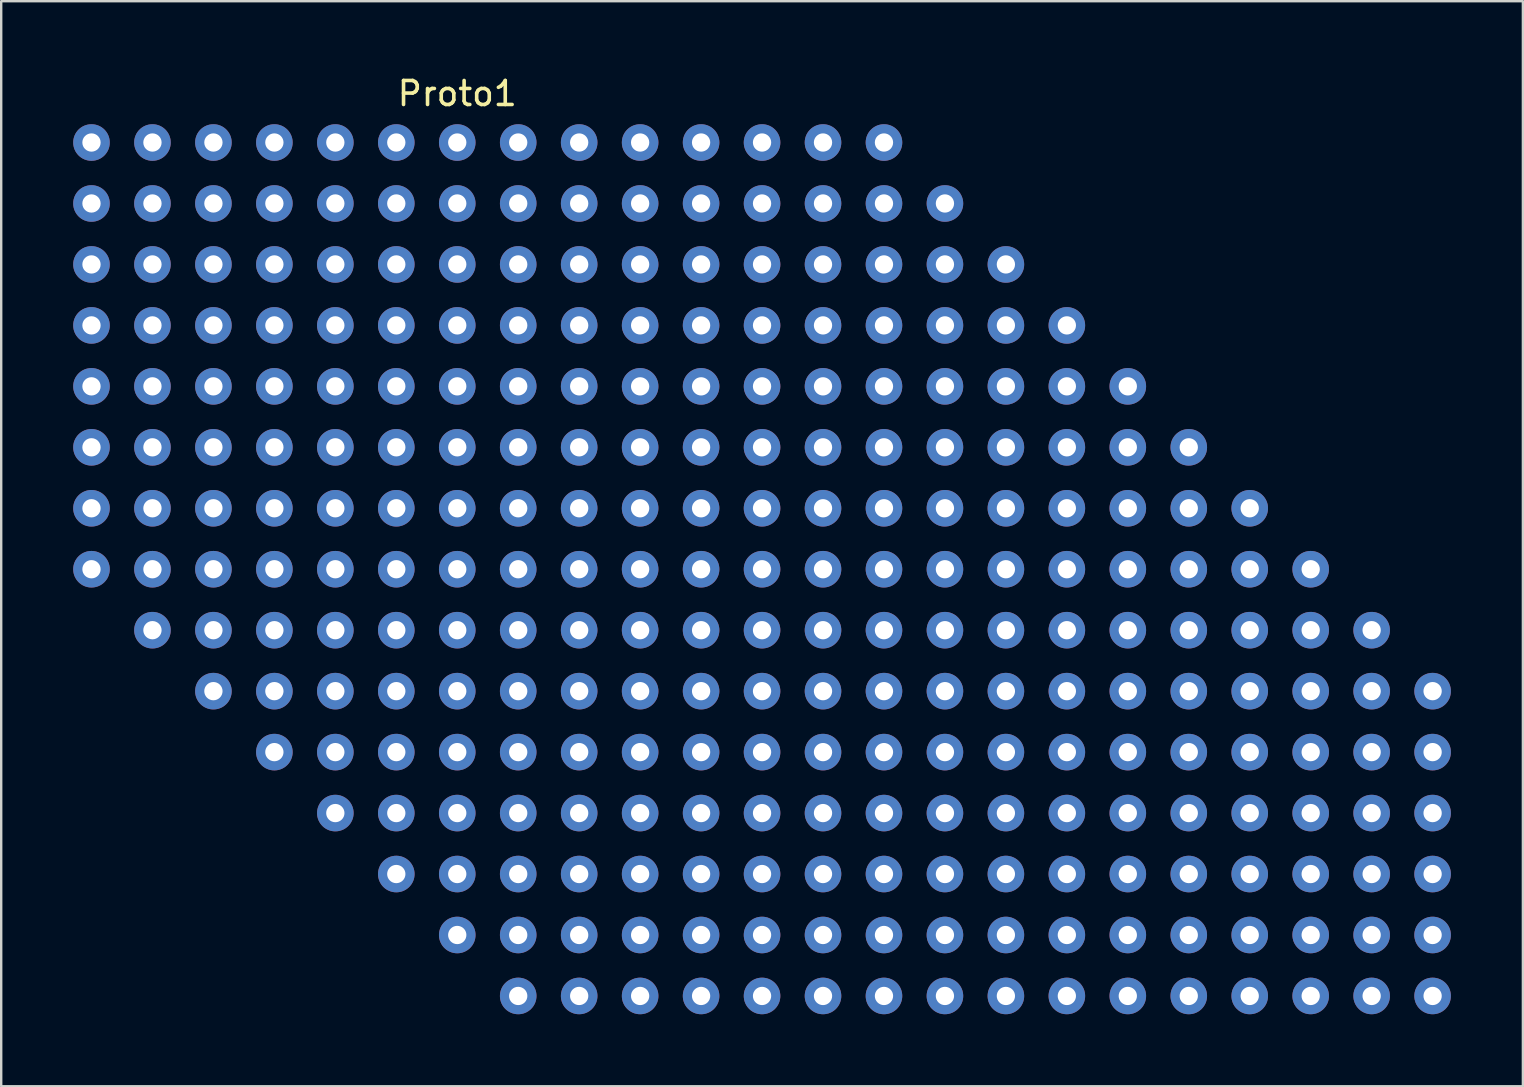
<source format=kicad_pcb>
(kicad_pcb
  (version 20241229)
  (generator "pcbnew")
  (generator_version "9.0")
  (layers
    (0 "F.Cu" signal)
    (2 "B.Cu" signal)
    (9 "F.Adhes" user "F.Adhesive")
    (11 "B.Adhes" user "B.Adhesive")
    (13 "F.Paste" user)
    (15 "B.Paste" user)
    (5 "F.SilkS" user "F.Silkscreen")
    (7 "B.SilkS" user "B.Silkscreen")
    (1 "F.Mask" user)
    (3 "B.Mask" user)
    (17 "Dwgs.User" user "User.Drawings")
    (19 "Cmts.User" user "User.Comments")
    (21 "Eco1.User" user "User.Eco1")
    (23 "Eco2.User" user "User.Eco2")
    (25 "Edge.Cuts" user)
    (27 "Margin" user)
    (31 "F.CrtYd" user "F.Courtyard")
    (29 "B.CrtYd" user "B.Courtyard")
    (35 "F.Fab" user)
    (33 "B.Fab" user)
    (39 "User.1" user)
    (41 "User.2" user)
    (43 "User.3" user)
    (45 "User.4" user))
  (footprint "Proto1"
    (layer "F.Cu")
    (at 16.002 0.348)
    (property "Reference" "Proto1" (at 0 0.5 0) (layer "F.SilkS") (effects (font (size 1 1) (thickness 0.15))))
    (attr through_hole)
    (pad "1" thru_hole circle (at -15.24 2.54) (size 1.524 1.524) (drill 0.762) (layers "*.Cu" "*.Mask"))
    (pad "2" thru_hole circle (at -12.7 2.54) (size 1.524 1.524) (drill 0.762) (layers "*.Cu" "*.Mask"))
    (pad "2" thru_hole circle (at -12.7 5.08) (size 1.524 1.524) (drill 0.762) (layers "*.Cu" "*.Mask"))
    (pad "2" thru_hole circle (at -12.7 7.62) (size 1.524 1.524) (drill 0.762) (layers "*.Cu" "*.Mask"))
    (pad "2" thru_hole circle (at -12.7 10.16) (size 1.524 1.524) (drill 0.762) (layers "*.Cu" "*.Mask"))
    (pad "2" thru_hole circle (at -12.7 12.7) (size 1.524 1.524) (drill 0.762) (layers "*.Cu" "*.Mask"))
    (pad "2" thru_hole circle (at -12.7 15.24) (size 1.524 1.524) (drill 0.762) (layers "*.Cu" "*.Mask"))
    (pad "2" thru_hole circle (at -12.7 17.78) (size 1.524 1.524) (drill 0.762) (layers "*.Cu" "*.Mask"))
    (pad "2" thru_hole circle (at -12.7 20.32) (size 1.524 1.524) (drill 0.762) (layers "*.Cu" "*.Mask"))
    (pad "2" thru_hole circle (at -10.16 22.86) (size 1.524 1.524) (drill 0.762) (layers "*.Cu" "*.Mask"))
    (pad "2" thru_hole circle (at -7.62 25.4) (size 1.524 1.524) (drill 0.762) (layers "*.Cu" "*.Mask"))
    (pad "2" thru_hole circle (at -5.08 27.94) (size 1.524 1.524) (drill 0.762) (layers "*.Cu" "*.Mask"))
    (pad "2" thru_hole circle (at -2.54 30.48) (size 1.524 1.524) (drill 0.762) (layers "*.Cu" "*.Mask"))
    (pad "2" thru_hole circle (at 2.54 33.02) (size 1.524 1.524) (drill 0.762) (layers "*.Cu" "*.Mask"))
    (pad "2" thru_hole circle (at 2.54 35.56) (size 1.524 1.524) (drill 0.762) (layers "*.Cu" "*.Mask"))
    (pad "3" thru_hole circle (at -10.16 2.54) (size 1.524 1.524) (drill 0.762) (layers "*.Cu" "*.Mask"))
    (pad "3" thru_hole circle (at -10.16 5.08) (size 1.524 1.524) (drill 0.762) (layers "*.Cu" "*.Mask"))
    (pad "3" thru_hole circle (at -10.16 7.62) (size 1.524 1.524) (drill 0.762) (layers "*.Cu" "*.Mask"))
    (pad "3" thru_hole circle (at -10.16 10.16) (size 1.524 1.524) (drill 0.762) (layers "*.Cu" "*.Mask"))
    (pad "3" thru_hole circle (at -10.16 12.7) (size 1.524 1.524) (drill 0.762) (layers "*.Cu" "*.Mask"))
    (pad "3" thru_hole circle (at -10.16 15.24) (size 1.524 1.524) (drill 0.762) (layers "*.Cu" "*.Mask"))
    (pad "3" thru_hole circle (at -10.16 17.78) (size 1.524 1.524) (drill 0.762) (layers "*.Cu" "*.Mask"))
    (pad "3" thru_hole circle (at -10.16 20.32) (size 1.524 1.524) (drill 0.762) (layers "*.Cu" "*.Mask"))
    (pad "3" thru_hole circle (at -7.62 22.86) (size 1.524 1.524) (drill 0.762) (layers "*.Cu" "*.Mask"))
    (pad "3" thru_hole circle (at -5.08 25.4) (size 1.524 1.524) (drill 0.762) (layers "*.Cu" "*.Mask"))
    (pad "3" thru_hole circle (at -2.54 27.94) (size 1.524 1.524) (drill 0.762) (layers "*.Cu" "*.Mask"))
    (pad "3" thru_hole circle (at 0 30.48) (size 1.524 1.524) (drill 0.762) (layers "*.Cu" "*.Mask"))
    (pad "3" thru_hole circle (at 5.08 33.02) (size 1.524 1.524) (drill 0.762) (layers "*.Cu" "*.Mask"))
    (pad "3" thru_hole circle (at 5.08 35.56) (size 1.524 1.524) (drill 0.762) (layers "*.Cu" "*.Mask"))
    (pad "4" thru_hole circle (at -7.62 2.54) (size 1.524 1.524) (drill 0.762) (layers "*.Cu" "*.Mask"))
    (pad "4" thru_hole circle (at -7.62 5.08) (size 1.524 1.524) (drill 0.762) (layers "*.Cu" "*.Mask"))
    (pad "4" thru_hole circle (at -7.62 7.62) (size 1.524 1.524) (drill 0.762) (layers "*.Cu" "*.Mask"))
    (pad "4" thru_hole circle (at -7.62 10.16) (size 1.524 1.524) (drill 0.762) (layers "*.Cu" "*.Mask"))
    (pad "4" thru_hole circle (at -7.62 12.7) (size 1.524 1.524) (drill 0.762) (layers "*.Cu" "*.Mask"))
    (pad "4" thru_hole circle (at -7.62 15.24) (size 1.524 1.524) (drill 0.762) (layers "*.Cu" "*.Mask"))
    (pad "4" thru_hole circle (at -7.62 17.78) (size 1.524 1.524) (drill 0.762) (layers "*.Cu" "*.Mask"))
    (pad "4" thru_hole circle (at -7.62 20.32) (size 1.524 1.524) (drill 0.762) (layers "*.Cu" "*.Mask"))
    (pad "4" thru_hole circle (at -5.08 22.86) (size 1.524 1.524) (drill 0.762) (layers "*.Cu" "*.Mask"))
    (pad "4" thru_hole circle (at -2.54 25.4) (size 1.524 1.524) (drill 0.762) (layers "*.Cu" "*.Mask"))
    (pad "4" thru_hole circle (at 0 27.94) (size 1.524 1.524) (drill 0.762) (layers "*.Cu" "*.Mask"))
    (pad "4" thru_hole circle (at 2.54 30.48) (size 1.524 1.524) (drill 0.762) (layers "*.Cu" "*.Mask"))
    (pad "4" thru_hole circle (at 7.62 33.02) (size 1.524 1.524) (drill 0.762) (layers "*.Cu" "*.Mask"))
    (pad "4" thru_hole circle (at 7.62 35.56) (size 1.524 1.524) (drill 0.762) (layers "*.Cu" "*.Mask"))
    (pad "5" thru_hole circle (at -5.08 2.54) (size 1.524 1.524) (drill 0.762) (layers "*.Cu" "*.Mask"))
    (pad "5" thru_hole circle (at -5.08 5.08) (size 1.524 1.524) (drill 0.762) (layers "*.Cu" "*.Mask"))
    (pad "5" thru_hole circle (at -5.08 7.62) (size 1.524 1.524) (drill 0.762) (layers "*.Cu" "*.Mask"))
    (pad "5" thru_hole circle (at -5.08 10.16) (size 1.524 1.524) (drill 0.762) (layers "*.Cu" "*.Mask"))
    (pad "5" thru_hole circle (at -5.08 12.7) (size 1.524 1.524) (drill 0.762) (layers "*.Cu" "*.Mask"))
    (pad "5" thru_hole circle (at -5.08 15.24) (size 1.524 1.524) (drill 0.762) (layers "*.Cu" "*.Mask"))
    (pad "5" thru_hole circle (at -5.08 17.78) (size 1.524 1.524) (drill 0.762) (layers "*.Cu" "*.Mask"))
    (pad "5" thru_hole circle (at -5.08 20.32) (size 1.524 1.524) (drill 0.762) (layers "*.Cu" "*.Mask"))
    (pad "5" thru_hole circle (at -2.54 22.86) (size 1.524 1.524) (drill 0.762) (layers "*.Cu" "*.Mask"))
    (pad "5" thru_hole circle (at 0 25.4) (size 1.524 1.524) (drill 0.762) (layers "*.Cu" "*.Mask"))
    (pad "5" thru_hole circle (at 2.54 27.94) (size 1.524 1.524) (drill 0.762) (layers "*.Cu" "*.Mask"))
    (pad "5" thru_hole circle (at 5.08 30.48) (size 1.524 1.524) (drill 0.762) (layers "*.Cu" "*.Mask"))
    (pad "5" thru_hole circle (at 10.16 33.02) (size 1.524 1.524) (drill 0.762) (layers "*.Cu" "*.Mask"))
    (pad "5" thru_hole circle (at 10.16 35.56) (size 1.524 1.524) (drill 0.762) (layers "*.Cu" "*.Mask"))
    (pad "6" thru_hole circle (at -2.54 2.54) (size 1.524 1.524) (drill 0.762) (layers "*.Cu" "*.Mask"))
    (pad "6" thru_hole circle (at -2.54 5.08) (size 1.524 1.524) (drill 0.762) (layers "*.Cu" "*.Mask"))
    (pad "6" thru_hole circle (at -2.54 7.62) (size 1.524 1.524) (drill 0.762) (layers "*.Cu" "*.Mask"))
    (pad "6" thru_hole circle (at -2.54 10.16) (size 1.524 1.524) (drill 0.762) (layers "*.Cu" "*.Mask"))
    (pad "6" thru_hole circle (at -2.54 12.7) (size 1.524 1.524) (drill 0.762) (layers "*.Cu" "*.Mask"))
    (pad "6" thru_hole circle (at -2.54 15.24) (size 1.524 1.524) (drill 0.762) (layers "*.Cu" "*.Mask"))
    (pad "6" thru_hole circle (at -2.54 17.78) (size 1.524 1.524) (drill 0.762) (layers "*.Cu" "*.Mask"))
    (pad "6" thru_hole circle (at -2.54 20.32) (size 1.524 1.524) (drill 0.762) (layers "*.Cu" "*.Mask"))
    (pad "6" thru_hole circle (at 0 22.86) (size 1.524 1.524) (drill 0.762) (layers "*.Cu" "*.Mask"))
    (pad "6" thru_hole circle (at 2.54 25.4) (size 1.524 1.524) (drill 0.762) (layers "*.Cu" "*.Mask"))
    (pad "6" thru_hole circle (at 5.08 27.94) (size 1.524 1.524) (drill 0.762) (layers "*.Cu" "*.Mask"))
    (pad "6" thru_hole circle (at 7.62 30.48) (size 1.524 1.524) (drill 0.762) (layers "*.Cu" "*.Mask"))
    (pad "6" thru_hole circle (at 12.7 33.02) (size 1.524 1.524) (drill 0.762) (layers "*.Cu" "*.Mask"))
    (pad "6" thru_hole circle (at 12.7 35.56) (size 1.524 1.524) (drill 0.762) (layers "*.Cu" "*.Mask"))
    (pad "7" thru_hole circle (at 0 2.54) (size 1.524 1.524) (drill 0.762) (layers "*.Cu" "*.Mask"))
    (pad "7" thru_hole circle (at 0 5.08) (size 1.524 1.524) (drill 0.762) (layers "*.Cu" "*.Mask"))
    (pad "7" thru_hole circle (at 0 7.62) (size 1.524 1.524) (drill 0.762) (layers "*.Cu" "*.Mask"))
    (pad "7" thru_hole circle (at 0 10.16) (size 1.524 1.524) (drill 0.762) (layers "*.Cu" "*.Mask"))
    (pad "7" thru_hole circle (at 0 12.7) (size 1.524 1.524) (drill 0.762) (layers "*.Cu" "*.Mask"))
    (pad "7" thru_hole circle (at 0 15.24) (size 1.524 1.524) (drill 0.762) (layers "*.Cu" "*.Mask"))
    (pad "7" thru_hole circle (at 0 17.78) (size 1.524 1.524) (drill 0.762) (layers "*.Cu" "*.Mask"))
    (pad "7" thru_hole circle (at 0 20.32) (size 1.524 1.524) (drill 0.762) (layers "*.Cu" "*.Mask"))
    (pad "7" thru_hole circle (at 2.54 22.86) (size 1.524 1.524) (drill 0.762) (layers "*.Cu" "*.Mask"))
    (pad "7" thru_hole circle (at 5.08 25.4) (size 1.524 1.524) (drill 0.762) (layers "*.Cu" "*.Mask"))
    (pad "7" thru_hole circle (at 7.62 27.94) (size 1.524 1.524) (drill 0.762) (layers "*.Cu" "*.Mask"))
    (pad "7" thru_hole circle (at 10.16 30.48) (size 1.524 1.524) (drill 0.762) (layers "*.Cu" "*.Mask"))
    (pad "7" thru_hole circle (at 15.24 33.02) (size 1.524 1.524) (drill 0.762) (layers "*.Cu" "*.Mask"))
    (pad "7" thru_hole circle (at 15.24 35.56) (size 1.524 1.524) (drill 0.762) (layers "*.Cu" "*.Mask"))
    (pad "8" thru_hole circle (at 5.08 2.54) (size 1.524 1.524) (drill 0.762) (layers "*.Cu" "*.Mask"))
    (pad "8" thru_hole circle (at 5.08 5.08) (size 1.524 1.524) (drill 0.762) (layers "*.Cu" "*.Mask"))
    (pad "8" thru_hole circle (at 5.08 7.62) (size 1.524 1.524) (drill 0.762) (layers "*.Cu" "*.Mask"))
    (pad "8" thru_hole circle (at 5.08 10.16) (size 1.524 1.524) (drill 0.762) (layers "*.Cu" "*.Mask"))
    (pad "8" thru_hole circle (at 5.08 12.7) (size 1.524 1.524) (drill 0.762) (layers "*.Cu" "*.Mask"))
    (pad "8" thru_hole circle (at 5.08 15.24) (size 1.524 1.524) (drill 0.762) (layers "*.Cu" "*.Mask"))
    (pad "8" thru_hole circle (at 5.08 17.78) (size 1.524 1.524) (drill 0.762) (layers "*.Cu" "*.Mask"))
    (pad "8" thru_hole circle (at 5.08 20.32) (size 1.524 1.524) (drill 0.762) (layers "*.Cu" "*.Mask"))
    (pad "8" thru_hole circle (at 7.62 22.86) (size 1.524 1.524) (drill 0.762) (layers "*.Cu" "*.Mask"))
    (pad "8" thru_hole circle (at 10.16 25.4) (size 1.524 1.524) (drill 0.762) (layers "*.Cu" "*.Mask"))
    (pad "8" thru_hole circle (at 12.7 27.94) (size 1.524 1.524) (drill 0.762) (layers "*.Cu" "*.Mask"))
    (pad "8" thru_hole circle (at 15.24 30.48) (size 1.524 1.524) (drill 0.762) (layers "*.Cu" "*.Mask"))
    (pad "8" thru_hole circle (at 20.32 33.02) (size 1.524 1.524) (drill 0.762) (layers "*.Cu" "*.Mask"))
    (pad "8" thru_hole circle (at 20.32 35.56) (size 1.524 1.524) (drill 0.762) (layers "*.Cu" "*.Mask"))
    (pad "9" thru_hole circle (at 2.54 2.54) (size 1.524 1.524) (drill 0.762) (layers "*.Cu" "*.Mask"))
    (pad "9" thru_hole circle (at 2.54 5.08) (size 1.524 1.524) (drill 0.762) (layers "*.Cu" "*.Mask"))
    (pad "9" thru_hole circle (at 2.54 7.62) (size 1.524 1.524) (drill 0.762) (layers "*.Cu" "*.Mask"))
    (pad "9" thru_hole circle (at 2.54 10.16) (size 1.524 1.524) (drill 0.762) (layers "*.Cu" "*.Mask"))
    (pad "9" thru_hole circle (at 2.54 12.7) (size 1.524 1.524) (drill 0.762) (layers "*.Cu" "*.Mask"))
    (pad "9" thru_hole circle (at 2.54 15.24) (size 1.524 1.524) (drill 0.762) (layers "*.Cu" "*.Mask"))
    (pad "9" thru_hole circle (at 2.54 17.78) (size 1.524 1.524) (drill 0.762) (layers "*.Cu" "*.Mask"))
    (pad "9" thru_hole circle (at 2.54 20.32) (size 1.524 1.524) (drill 0.762) (layers "*.Cu" "*.Mask"))
    (pad "9" thru_hole circle (at 5.08 22.86) (size 1.524 1.524) (drill 0.762) (layers "*.Cu" "*.Mask"))
    (pad "9" thru_hole circle (at 7.62 25.4) (size 1.524 1.524) (drill 0.762) (layers "*.Cu" "*.Mask"))
    (pad "9" thru_hole circle (at 10.16 27.94) (size 1.524 1.524) (drill 0.762) (layers "*.Cu" "*.Mask"))
    (pad "9" thru_hole circle (at 12.7 30.48) (size 1.524 1.524) (drill 0.762) (layers "*.Cu" "*.Mask"))
    (pad "9" thru_hole circle (at 17.78 33.02) (size 1.524 1.524) (drill 0.762) (layers "*.Cu" "*.Mask"))
    (pad "9" thru_hole circle (at 17.78 35.56) (size 1.524 1.524) (drill 0.762) (layers "*.Cu" "*.Mask"))
    (pad "10" thru_hole circle (at 7.62 2.54) (size 1.524 1.524) (drill 0.762) (layers "*.Cu" "*.Mask"))
    (pad "10" thru_hole circle (at 7.62 5.08) (size 1.524 1.524) (drill 0.762) (layers "*.Cu" "*.Mask"))
    (pad "10" thru_hole circle (at 7.62 7.62) (size 1.524 1.524) (drill 0.762) (layers "*.Cu" "*.Mask"))
    (pad "10" thru_hole circle (at 7.62 10.16) (size 1.524 1.524) (drill 0.762) (layers "*.Cu" "*.Mask"))
    (pad "10" thru_hole circle (at 7.62 12.7) (size 1.524 1.524) (drill 0.762) (layers "*.Cu" "*.Mask"))
    (pad "10" thru_hole circle (at 7.62 15.24) (size 1.524 1.524) (drill 0.762) (layers "*.Cu" "*.Mask"))
    (pad "10" thru_hole circle (at 7.62 17.78) (size 1.524 1.524) (drill 0.762) (layers "*.Cu" "*.Mask"))
    (pad "10" thru_hole circle (at 7.62 20.32) (size 1.524 1.524) (drill 0.762) (layers "*.Cu" "*.Mask"))
    (pad "10" thru_hole circle (at 10.16 22.86) (size 1.524 1.524) (drill 0.762) (layers "*.Cu" "*.Mask"))
    (pad "10" thru_hole circle (at 12.7 25.4) (size 1.524 1.524) (drill 0.762) (layers "*.Cu" "*.Mask"))
    (pad "10" thru_hole circle (at 15.24 27.94) (size 1.524 1.524) (drill 0.762) (layers "*.Cu" "*.Mask"))
    (pad "10" thru_hole circle (at 17.78 30.48) (size 1.524 1.524) (drill 0.762) (layers "*.Cu" "*.Mask"))
    (pad "10" thru_hole circle (at 22.86 33.02) (size 1.524 1.524) (drill 0.762) (layers "*.Cu" "*.Mask"))
    (pad "10" thru_hole circle (at 22.86 35.56) (size 1.524 1.524) (drill 0.762) (layers "*.Cu" "*.Mask"))
    (pad "11" thru_hole circle (at 10.16 2.54) (size 1.524 1.524) (drill 0.762) (layers "*.Cu" "*.Mask"))
    (pad "11" thru_hole circle (at 10.16 5.08) (size 1.524 1.524) (drill 0.762) (layers "*.Cu" "*.Mask"))
    (pad "11" thru_hole circle (at 10.16 7.62) (size 1.524 1.524) (drill 0.762) (layers "*.Cu" "*.Mask"))
    (pad "11" thru_hole circle (at 10.16 10.16) (size 1.524 1.524) (drill 0.762) (layers "*.Cu" "*.Mask"))
    (pad "11" thru_hole circle (at 10.16 12.7) (size 1.524 1.524) (drill 0.762) (layers "*.Cu" "*.Mask"))
    (pad "11" thru_hole circle (at 10.16 15.24) (size 1.524 1.524) (drill 0.762) (layers "*.Cu" "*.Mask"))
    (pad "11" thru_hole circle (at 10.16 17.78) (size 1.524 1.524) (drill 0.762) (layers "*.Cu" "*.Mask"))
    (pad "11" thru_hole circle (at 10.16 20.32) (size 1.524 1.524) (drill 0.762) (layers "*.Cu" "*.Mask"))
    (pad "11" thru_hole circle (at 12.7 22.86) (size 1.524 1.524) (drill 0.762) (layers "*.Cu" "*.Mask"))
    (pad "11" thru_hole circle (at 15.24 25.4) (size 1.524 1.524) (drill 0.762) (layers "*.Cu" "*.Mask"))
    (pad "11" thru_hole circle (at 17.78 27.94) (size 1.524 1.524) (drill 0.762) (layers "*.Cu" "*.Mask"))
    (pad "11" thru_hole circle (at 20.32 30.48) (size 1.524 1.524) (drill 0.762) (layers "*.Cu" "*.Mask"))
    (pad "11" thru_hole circle (at 25.4 33.02) (size 1.524 1.524) (drill 0.762) (layers "*.Cu" "*.Mask"))
    (pad "11" thru_hole circle (at 25.4 35.56) (size 1.524 1.524) (drill 0.762) (layers "*.Cu" "*.Mask"))
    (pad "12" thru_hole circle (at 12.7 2.54) (size 1.524 1.524) (drill 0.762) (layers "*.Cu" "*.Mask"))
    (pad "12" thru_hole circle (at 12.7 5.08) (size 1.524 1.524) (drill 0.762) (layers "*.Cu" "*.Mask"))
    (pad "12" thru_hole circle (at 12.7 7.62) (size 1.524 1.524) (drill 0.762) (layers "*.Cu" "*.Mask"))
    (pad "12" thru_hole circle (at 12.7 10.16) (size 1.524 1.524) (drill 0.762) (layers "*.Cu" "*.Mask"))
    (pad "12" thru_hole circle (at 12.7 12.7) (size 1.524 1.524) (drill 0.762) (layers "*.Cu" "*.Mask"))
    (pad "12" thru_hole circle (at 12.7 15.24) (size 1.524 1.524) (drill 0.762) (layers "*.Cu" "*.Mask"))
    (pad "12" thru_hole circle (at 12.7 17.78) (size 1.524 1.524) (drill 0.762) (layers "*.Cu" "*.Mask"))
    (pad "12" thru_hole circle (at 12.7 20.32) (size 1.524 1.524) (drill 0.762) (layers "*.Cu" "*.Mask"))
    (pad "12" thru_hole circle (at 15.24 22.86) (size 1.524 1.524) (drill 0.762) (layers "*.Cu" "*.Mask"))
    (pad "12" thru_hole circle (at 17.78 25.4) (size 1.524 1.524) (drill 0.762) (layers "*.Cu" "*.Mask"))
    (pad "12" thru_hole circle (at 20.32 27.94) (size 1.524 1.524) (drill 0.762) (layers "*.Cu" "*.Mask"))
    (pad "12" thru_hole circle (at 22.86 30.48) (size 1.524 1.524) (drill 0.762) (layers "*.Cu" "*.Mask"))
    (pad "12" thru_hole circle (at 27.94 33.02) (size 1.524 1.524) (drill 0.762) (layers "*.Cu" "*.Mask"))
    (pad "12" thru_hole circle (at 27.94 35.56) (size 1.524 1.524) (drill 0.762) (layers "*.Cu" "*.Mask"))
    (pad "13" thru_hole circle (at 15.24 2.54) (size 1.524 1.524) (drill 0.762) (layers "*.Cu" "*.Mask"))
    (pad "13" thru_hole circle (at 15.24 5.08) (size 1.524 1.524) (drill 0.762) (layers "*.Cu" "*.Mask"))
    (pad "13" thru_hole circle (at 15.24 7.62) (size 1.524 1.524) (drill 0.762) (layers "*.Cu" "*.Mask"))
    (pad "13" thru_hole circle (at 15.24 10.16) (size 1.524 1.524) (drill 0.762) (layers "*.Cu" "*.Mask"))
    (pad "13" thru_hole circle (at 15.24 12.7) (size 1.524 1.524) (drill 0.762) (layers "*.Cu" "*.Mask"))
    (pad "13" thru_hole circle (at 15.24 15.24) (size 1.524 1.524) (drill 0.762) (layers "*.Cu" "*.Mask"))
    (pad "13" thru_hole circle (at 15.24 17.78) (size 1.524 1.524) (drill 0.762) (layers "*.Cu" "*.Mask"))
    (pad "13" thru_hole circle (at 15.24 20.32) (size 1.524 1.524) (drill 0.762) (layers "*.Cu" "*.Mask"))
    (pad "13" thru_hole circle (at 17.78 22.86) (size 1.524 1.524) (drill 0.762) (layers "*.Cu" "*.Mask"))
    (pad "13" thru_hole circle (at 20.32 25.4) (size 1.524 1.524) (drill 0.762) (layers "*.Cu" "*.Mask"))
    (pad "13" thru_hole circle (at 22.86 27.94) (size 1.524 1.524) (drill 0.762) (layers "*.Cu" "*.Mask"))
    (pad "13" thru_hole circle (at 25.4 30.48) (size 1.524 1.524) (drill 0.762) (layers "*.Cu" "*.Mask"))
    (pad "13" thru_hole circle (at 30.48 33.02) (size 1.524 1.524) (drill 0.762) (layers "*.Cu" "*.Mask"))
    (pad "13" thru_hole circle (at 30.48 35.56) (size 1.524 1.524) (drill 0.762) (layers "*.Cu" "*.Mask"))
    (pad "14" thru_hole circle (at 17.78 2.54) (size 1.524 1.524) (drill 0.762) (layers "*.Cu" "*.Mask"))
    (pad "14" thru_hole circle (at 17.78 5.08) (size 1.524 1.524) (drill 0.762) (layers "*.Cu" "*.Mask"))
    (pad "14" thru_hole circle (at 17.78 7.62) (size 1.524 1.524) (drill 0.762) (layers "*.Cu" "*.Mask"))
    (pad "14" thru_hole circle (at 17.78 10.16) (size 1.524 1.524) (drill 0.762) (layers "*.Cu" "*.Mask"))
    (pad "14" thru_hole circle (at 17.78 12.7) (size 1.524 1.524) (drill 0.762) (layers "*.Cu" "*.Mask"))
    (pad "14" thru_hole circle (at 17.78 15.24) (size 1.524 1.524) (drill 0.762) (layers "*.Cu" "*.Mask"))
    (pad "14" thru_hole circle (at 17.78 17.78) (size 1.524 1.524) (drill 0.762) (layers "*.Cu" "*.Mask"))
    (pad "14" thru_hole circle (at 17.78 20.32) (size 1.524 1.524) (drill 0.762) (layers "*.Cu" "*.Mask"))
    (pad "14" thru_hole circle (at 20.32 22.86) (size 1.524 1.524) (drill 0.762) (layers "*.Cu" "*.Mask"))
    (pad "14" thru_hole circle (at 22.86 25.4) (size 1.524 1.524) (drill 0.762) (layers "*.Cu" "*.Mask"))
    (pad "14" thru_hole circle (at 25.4 27.94) (size 1.524 1.524) (drill 0.762) (layers "*.Cu" "*.Mask"))
    (pad "14" thru_hole circle (at 27.94 30.48) (size 1.524 1.524) (drill 0.762) (layers "*.Cu" "*.Mask"))
    (pad "14" thru_hole circle (at 33.02 33.02) (size 1.524 1.524) (drill 0.762) (layers "*.Cu" "*.Mask"))
    (pad "14" thru_hole circle (at 33.02 35.56) (size 1.524 1.524) (drill 0.762) (layers "*.Cu" "*.Mask"))
    (pad "15" thru_hole circle (at -15.24 5.08) (size 1.524 1.524) (drill 0.762) (layers "*.Cu" "*.Mask"))
    (pad "16" thru_hole circle (at -15.24 7.62) (size 1.524 1.524) (drill 0.762) (layers "*.Cu" "*.Mask"))
    (pad "17" thru_hole circle (at -15.24 10.16) (size 1.524 1.524) (drill 0.762) (layers "*.Cu" "*.Mask"))
    (pad "18" thru_hole circle (at -15.24 12.7) (size 1.524 1.524) (drill 0.762) (layers "*.Cu" "*.Mask"))
    (pad "19" thru_hole circle (at -15.24 15.24) (size 1.524 1.524) (drill 0.762) (layers "*.Cu" "*.Mask"))
    (pad "20" thru_hole circle (at -15.24 17.78) (size 1.524 1.524) (drill 0.762) (layers "*.Cu" "*.Mask"))
    (pad "21" thru_hole circle (at -15.24 20.32) (size 1.524 1.524) (drill 0.762) (layers "*.Cu" "*.Mask"))
    (pad "22" thru_hole circle (at 20.32 5.08) (size 1.524 1.524) (drill 0.762) (layers "*.Cu" "*.Mask"))
    (pad "23" thru_hole circle (at 22.86 7.62) (size 1.524 1.524) (drill 0.762) (layers "*.Cu" "*.Mask"))
    (pad "24" thru_hole circle (at 25.4 10.16) (size 1.524 1.524) (drill 0.762) (layers "*.Cu" "*.Mask"))
    (pad "25" thru_hole circle (at 27.94 12.7) (size 1.524 1.524) (drill 0.762) (layers "*.Cu" "*.Mask"))
    (pad "26" thru_hole circle (at 30.48 15.24) (size 1.524 1.524) (drill 0.762) (layers "*.Cu" "*.Mask"))
    (pad "27" thru_hole circle (at 33.02 17.78) (size 1.524 1.524) (drill 0.762) (layers "*.Cu" "*.Mask"))
    (pad "28" thru_hole circle (at 35.56 20.32) (size 1.524 1.524) (drill 0.762) (layers "*.Cu" "*.Mask"))
    (pad "29" thru_hole circle (at 38.1 22.86) (size 1.524 1.524) (drill 0.762) (layers "*.Cu" "*.Mask"))
    (pad "30" thru_hole circle (at 40.64 25.4) (size 1.524 1.524) (drill 0.762) (layers "*.Cu" "*.Mask"))
    (pad "32" thru_hole circle (at -12.7 22.86) (size 1.524 1.524) (drill 0.762) (layers "*.Cu" "*.Mask"))
    (pad "33" thru_hole circle (at -10.16 25.4) (size 1.524 1.524) (drill 0.762) (layers "*.Cu" "*.Mask"))
    (pad "34" thru_hole circle (at -7.62 27.94) (size 1.524 1.524) (drill 0.762) (layers "*.Cu" "*.Mask"))
    (pad "35" thru_hole circle (at -5.08 30.48) (size 1.524 1.524) (drill 0.762) (layers "*.Cu" "*.Mask"))
    (pad "36" thru_hole circle (at -2.54 33.02) (size 1.524 1.524) (drill 0.762) (layers "*.Cu" "*.Mask"))
    (pad "37" thru_hole circle (at 40.64 27.94) (size 1.524 1.524) (drill 0.762) (layers "*.Cu" "*.Mask"))
    (pad "38" thru_hole circle (at 40.64 30.48) (size 1.524 1.524) (drill 0.762) (layers "*.Cu" "*.Mask"))
    (pad "39" thru_hole circle (at 40.64 33.02) (size 1.524 1.524) (drill 0.762) (layers "*.Cu" "*.Mask"))
    (pad "40" thru_hole circle (at 40.64 35.56) (size 1.524 1.524) (drill 0.762) (layers "*.Cu" "*.Mask"))
    (pad "42" thru_hole circle (at 40.64 38.1) (size 1.524 1.524) (drill 0.762) (layers "*.Cu" "*.Mask"))
    (pad "43" thru_hole circle (at 38.1 38.1) (size 1.524 1.524) (drill 0.762) (layers "*.Cu" "*.Mask"))
    (pad "44" thru_hole circle (at 35.56 38.1) (size 1.524 1.524) (drill 0.762) (layers "*.Cu" "*.Mask"))
    (pad "45" thru_hole circle (at 33.02 38.1) (size 1.524 1.524) (drill 0.762) (layers "*.Cu" "*.Mask"))
    (pad "46" thru_hole circle (at 30.48 38.1) (size 1.524 1.524) (drill 0.762) (layers "*.Cu" "*.Mask"))
    (pad "47" thru_hole circle (at 27.94 38.1) (size 1.524 1.524) (drill 0.762) (layers "*.Cu" "*.Mask"))
    (pad "48" thru_hole circle (at 25.4 38.1) (size 1.524 1.524) (drill 0.762) (layers "*.Cu" "*.Mask"))
    (pad "49" thru_hole circle (at 22.86 38.1) (size 1.524 1.524) (drill 0.762) (layers "*.Cu" "*.Mask"))
    (pad "50" thru_hole circle (at 20.32 38.1) (size 1.524 1.524) (drill 0.762) (layers "*.Cu" "*.Mask"))
    (pad "51" thru_hole circle (at 17.78 38.1) (size 1.524 1.524) (drill 0.762) (layers "*.Cu" "*.Mask"))
    (pad "52" thru_hole circle (at 15.24 38.1) (size 1.524 1.524) (drill 0.762) (layers "*.Cu" "*.Mask"))
    (pad "53" thru_hole circle (at 12.7 38.1) (size 1.524 1.524) (drill 0.762) (layers "*.Cu" "*.Mask"))
    (pad "54" thru_hole circle (at 10.16 38.1) (size 1.524 1.524) (drill 0.762) (layers "*.Cu" "*.Mask"))
    (pad "55" thru_hole circle (at 7.62 38.1) (size 1.524 1.524) (drill 0.762) (layers "*.Cu" "*.Mask"))
    (pad "56" thru_hole circle (at 5.08 38.1) (size 1.524 1.524) (drill 0.762) (layers "*.Cu" "*.Mask"))
    (pad "57" thru_hole circle (at 2.54 38.1) (size 1.524 1.524) (drill 0.762) (layers "*.Cu" "*.Mask"))
    (pad "58" thru_hole circle (at 0 35.56) (size 1.524 1.524) (drill 0.762) (layers "*.Cu" "*.Mask"))
    (pad "59" thru_hole circle (at 0 33.02) (size 1.524 1.524) (drill 0.762) (layers "*.Cu" "*.Mask"))
    (pad "60" thru_hole circle (at 20.32 7.62) (size 1.524 1.524) (drill 0.762) (layers "*.Cu" "*.Mask"))
    (pad "61" thru_hole circle (at 20.32 10.16) (size 1.524 1.524) (drill 0.762) (layers "*.Cu" "*.Mask"))
    (pad "62" thru_hole circle (at 20.32 12.7) (size 1.524 1.524) (drill 0.762) (layers "*.Cu" "*.Mask"))
    (pad "63" thru_hole circle (at 20.32 15.24) (size 1.524 1.524) (drill 0.762) (layers "*.Cu" "*.Mask"))
    (pad "64" thru_hole circle (at 20.32 17.78) (size 1.524 1.524) (drill 0.762) (layers "*.Cu" "*.Mask"))
    (pad "65" thru_hole circle (at 20.32 20.32) (size 1.524 1.524) (drill 0.762) (layers "*.Cu" "*.Mask"))
    (pad "66" thru_hole circle (at 25.4 20.32) (size 1.524 1.524) (drill 0.762) (layers "*.Cu" "*.Mask"))
    (pad "67" thru_hole circle (at 22.86 20.32) (size 1.524 1.524) (drill 0.762) (layers "*.Cu" "*.Mask"))
    (pad "68" thru_hole circle (at 30.48 20.32) (size 1.524 1.524) (drill 0.762) (layers "*.Cu" "*.Mask"))
    (pad "69" thru_hole circle (at 27.94 20.32) (size 1.524 1.524) (drill 0.762) (layers "*.Cu" "*.Mask"))
    (pad "70" thru_hole circle (at 33.02 20.32) (size 1.524 1.524) (drill 0.762) (layers "*.Cu" "*.Mask"))
    (pad "71" thru_hole circle (at 30.48 17.78) (size 1.524 1.524) (drill 0.762) (layers "*.Cu" "*.Mask"))
    (pad "72" thru_hole circle (at 27.94 17.78) (size 1.524 1.524) (drill 0.762) (layers "*.Cu" "*.Mask"))
    (pad "73" thru_hole circle (at 25.4 17.78) (size 1.524 1.524) (drill 0.762) (layers "*.Cu" "*.Mask"))
    (pad "74" thru_hole circle (at 22.86 17.78) (size 1.524 1.524) (drill 0.762) (layers "*.Cu" "*.Mask"))
    (pad "75" thru_hole circle (at 22.86 15.24) (size 1.524 1.524) (drill 0.762) (layers "*.Cu" "*.Mask"))
    (pad "76" thru_hole circle (at 25.4 15.24) (size 1.524 1.524) (drill 0.762) (layers "*.Cu" "*.Mask"))
    (pad "77" thru_hole circle (at 27.94 15.24) (size 1.524 1.524) (drill 0.762) (layers "*.Cu" "*.Mask"))
    (pad "78" thru_hole circle (at 25.4 12.7) (size 1.524 1.524) (drill 0.762) (layers "*.Cu" "*.Mask"))
    (pad "79" thru_hole circle (at 22.86 12.7) (size 1.524 1.524) (drill 0.762) (layers "*.Cu" "*.Mask"))
    (pad "80" thru_hole circle (at 22.86 10.16) (size 1.524 1.524) (drill 0.762) (layers "*.Cu" "*.Mask"))
    (pad "81" thru_hole circle (at 22.86 22.86) (size 1.524 1.524) (drill 0.762) (layers "*.Cu" "*.Mask"))
    (pad "82" thru_hole circle (at 25.4 22.86) (size 1.524 1.524) (drill 0.762) (layers "*.Cu" "*.Mask"))
    (pad "83" thru_hole circle (at 27.94 22.86) (size 1.524 1.524) (drill 0.762) (layers "*.Cu" "*.Mask"))
    (pad "84" thru_hole circle (at 30.48 22.86) (size 1.524 1.524) (drill 0.762) (layers "*.Cu" "*.Mask"))
    (pad "85" thru_hole circle (at 33.02 22.86) (size 1.524 1.524) (drill 0.762) (layers "*.Cu" "*.Mask"))
    (pad "86" thru_hole circle (at 35.56 22.86) (size 1.524 1.524) (drill 0.762) (layers "*.Cu" "*.Mask"))
    (pad "87" thru_hole circle (at 38.1 25.4) (size 1.524 1.524) (drill 0.762) (layers "*.Cu" "*.Mask"))
    (pad "88" thru_hole circle (at 35.56 25.4) (size 1.524 1.524) (drill 0.762) (layers "*.Cu" "*.Mask"))
    (pad "89" thru_hole circle (at 33.02 25.4) (size 1.524 1.524) (drill 0.762) (layers "*.Cu" "*.Mask"))
    (pad "90" thru_hole circle (at 30.48 25.4) (size 1.524 1.524) (drill 0.762) (layers "*.Cu" "*.Mask"))
    (pad "91" thru_hole circle (at 27.94 25.4) (size 1.524 1.524) (drill 0.762) (layers "*.Cu" "*.Mask"))
    (pad "92" thru_hole circle (at 25.4 25.4) (size 1.524 1.524) (drill 0.762) (layers "*.Cu" "*.Mask"))
    (pad "94" thru_hole circle (at 27.94 27.94) (size 1.524 1.524) (drill 0.762) (layers "*.Cu" "*.Mask"))
    (pad "95" thru_hole circle (at 30.48 27.94) (size 1.524 1.524) (drill 0.762) (layers "*.Cu" "*.Mask"))
    (pad "96" thru_hole circle (at 33.02 27.94) (size 1.524 1.524) (drill 0.762) (layers "*.Cu" "*.Mask"))
    (pad "97" thru_hole circle (at 35.56 27.94) (size 1.524 1.524) (drill 0.762) (layers "*.Cu" "*.Mask"))
    (pad "98" thru_hole circle (at 38.1 27.94) (size 1.524 1.524) (drill 0.762) (layers "*.Cu" "*.Mask"))
    (pad "99" thru_hole circle (at 38.1 30.48) (size 1.524 1.524) (drill 0.762) (layers "*.Cu" "*.Mask"))
    (pad "100" thru_hole circle (at 35.56 30.48) (size 1.524 1.524) (drill 0.762) (layers "*.Cu" "*.Mask"))
    (pad "101" thru_hole circle (at 33.02 30.48) (size 1.524 1.524) (drill 0.762) (layers "*.Cu" "*.Mask"))
    (pad "102" thru_hole circle (at 30.48 30.48) (size 1.524 1.524) (drill 0.762) (layers "*.Cu" "*.Mask"))
    (pad "103" thru_hole circle (at 35.56 33.02) (size 1.524 1.524) (drill 0.762) (layers "*.Cu" "*.Mask"))
    (pad "104" thru_hole circle (at 38.1 33.02) (size 1.524 1.524) (drill 0.762) (layers "*.Cu" "*.Mask"))
    (pad "105" thru_hole circle (at 38.1 35.56) (size 1.524 1.524) (drill 0.762) (layers "*.Cu" "*.Mask"))
    (pad "106" thru_hole circle (at 35.56 35.56) (size 1.524 1.524) (drill 0.762) (layers "*.Cu" "*.Mask")))
  (gr_rect
    (start -3 -3)
    (end 60.404 42.21)
    (stroke (width 0.1) (type default))
    (fill no)
    (layer "Edge.Cuts")))
</source>
